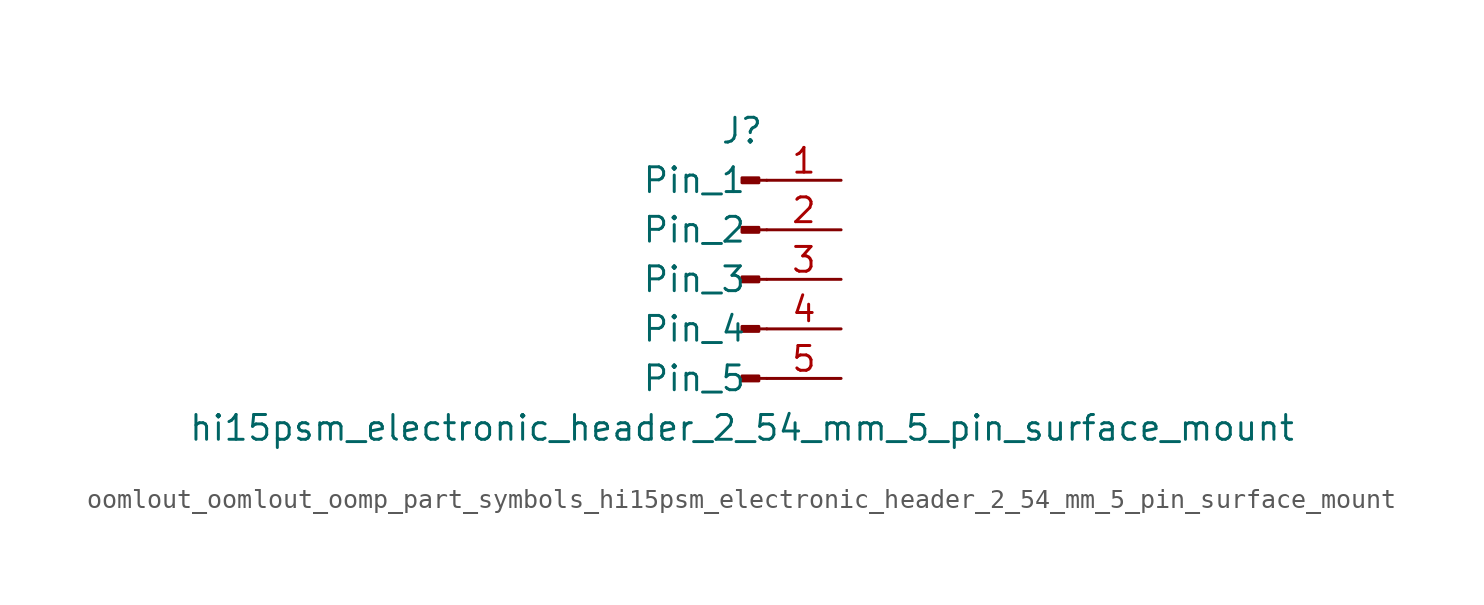
<source format=kicad_sym>
(kicad_symbol_lib
  (version 20220914)
  (generator kicad_symbol_editor)
  (symbol "oomlout_oomlout_oomp_part_symbols_hi15psm_electronic_header_2_54_mm_5_pin_surface_mount"
    (pin_names
      (offset 1.016))
    (property "Reference" "J"
      (at 0 7.62 0)
      (effects (font (size 1.27 1.27))))
    (property "Value" "hi15psm_electronic_header_2_54_mm_5_pin_surface_mount"
      (at 0 -7.62 0)
      (effects (font (size 1.27 1.27))))
    (property "ki_locked" ""
      (at 0 0 0)
      (effects (font (size 1.27 1.27))))
    (symbol "oomlout_oomlout_oomp_part_symbols_hi15psm_electronic_header_2_54_mm_5_pin_surface_mount_1_1"
      (polyline (pts (xy 1.27 -5.08) (xy 0.864 -5.08)) (stroke (width 0.152) (type default)) (fill (type none)))
      (polyline (pts (xy 1.27 -2.54) (xy 0.864 -2.54)) (stroke (width 0.152) (type default)) (fill (type none)))
      (polyline (pts (xy 1.27 0) (xy 0.864 0)) (stroke (width 0.152) (type default)) (fill (type none)))
      (polyline (pts (xy 1.27 2.54) (xy 0.864 2.54)) (stroke (width 0.152) (type default)) (fill (type none)))
      (polyline (pts (xy 1.27 5.08) (xy 0.864 5.08)) (stroke (width 0.152) (type default)) (fill (type none)))
      (rectangle (start 0.864 -4.953) (end 0 -5.207) (stroke (width 0.152) (type default)) (fill (type outline)))
      (rectangle (start 0.864 -2.413) (end 0 -2.667) (stroke (width 0.152) (type default)) (fill (type outline)))
      (rectangle (start 0.864 0.127) (end 0 -0.127) (stroke (width 0.152) (type default)) (fill (type outline)))
      (rectangle (start 0.864 2.667) (end 0 2.413) (stroke (width 0.152) (type default)) (fill (type outline)))
      (rectangle (start 0.864 5.207) (end 0 4.953) (stroke (width 0.152) (type default)) (fill (type outline)))
      (pin passive line (at 5.08 5.08 180) (length 3.81) (name "Pin_1" (effects (font (size 1.27 1.27)))) (number "1" (effects (font (size 1.27 1.27)))))
      (pin passive line (at 5.08 2.54 180) (length 3.81) (name "Pin_2" (effects (font (size 1.27 1.27)))) (number "2" (effects (font (size 1.27 1.27)))))
      (pin passive line (at 5.08 0 180) (length 3.81) (name "Pin_3" (effects (font (size 1.27 1.27)))) (number "3" (effects (font (size 1.27 1.27)))))
      (pin passive line (at 5.08 -2.54 180) (length 3.81) (name "Pin_4" (effects (font (size 1.27 1.27)))) (number "4" (effects (font (size 1.27 1.27)))))
      (pin passive line (at 5.08 -5.08 180) (length 3.81) (name "Pin_5" (effects (font (size 1.27 1.27)))) (number "5" (effects (font (size 1.27 1.27))))))))
</source>
